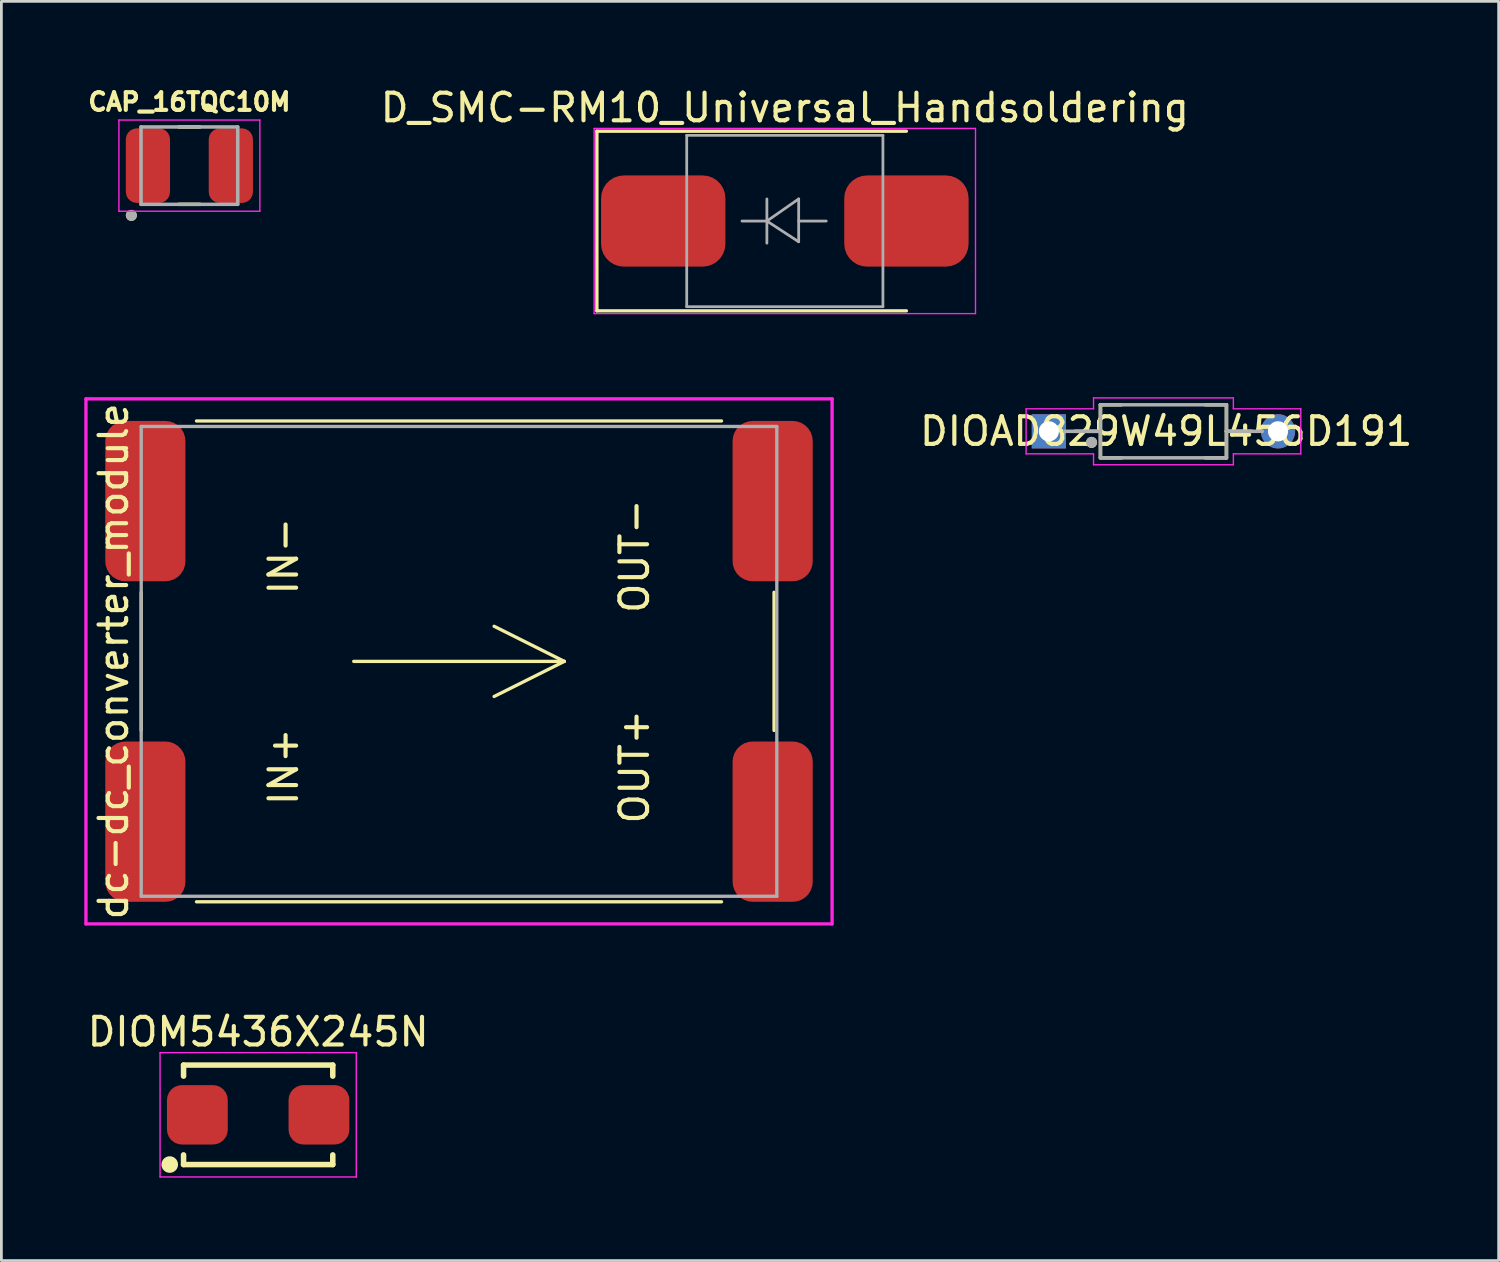
<source format=kicad_pcb>
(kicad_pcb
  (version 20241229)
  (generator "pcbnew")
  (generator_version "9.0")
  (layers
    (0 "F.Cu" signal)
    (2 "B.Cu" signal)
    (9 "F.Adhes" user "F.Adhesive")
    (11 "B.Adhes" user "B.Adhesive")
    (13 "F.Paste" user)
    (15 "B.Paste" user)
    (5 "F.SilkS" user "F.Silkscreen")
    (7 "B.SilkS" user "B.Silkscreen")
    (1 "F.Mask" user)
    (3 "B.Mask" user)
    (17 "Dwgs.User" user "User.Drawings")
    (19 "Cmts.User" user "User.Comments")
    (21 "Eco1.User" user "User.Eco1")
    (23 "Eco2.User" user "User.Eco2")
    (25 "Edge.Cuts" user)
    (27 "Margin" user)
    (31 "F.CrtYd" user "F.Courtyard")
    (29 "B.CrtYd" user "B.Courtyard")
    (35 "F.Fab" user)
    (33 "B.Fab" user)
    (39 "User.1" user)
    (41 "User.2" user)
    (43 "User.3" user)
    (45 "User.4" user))
  (footprint "dc-dc_converter_module"
    (layer "F.Cu")
    (at 13.56 20.883)
    (property "Reference" "dc-dc_converter_module" (at -12.5 0 270) (layer "F.SilkS") (effects (font (size 1 1) (thickness 0.15))))
    (attr through_hole)
    (fp_line (start -11.5 -2.5) (end -11.5 2.5) (stroke (width 0.12) (type solid)) (layer "F.SilkS"))
    (fp_line (start -9.5 -8.7) (end 9.5 -8.7) (stroke (width 0.12) (type solid)) (layer "F.SilkS"))
    (fp_line (start -9.5 8.7) (end 9.5 8.7) (stroke (width 0.12) (type solid)) (layer "F.SilkS"))
    (fp_line (start -3.81 0) (end 3.81 0) (stroke (width 0.12) (type solid)) (layer "F.SilkS"))
    (fp_line (start 3.81 0) (end 1.27 -1.27) (stroke (width 0.12) (type solid)) (layer "F.SilkS"))
    (fp_line (start 3.81 0) (end 1.27 1.27) (stroke (width 0.12) (type solid)) (layer "F.SilkS"))
    (fp_line (start 11.4 -2.5) (end 11.4 2.5) (stroke (width 0.12) (type solid)) (layer "F.SilkS"))
    (fp_line (start -13.5 -9.5) (end -13.5 9.5) (stroke (width 0.12) (type solid)) (layer "F.CrtYd"))
    (fp_line (start -13.5 9.5) (end 13.5 9.5) (stroke (width 0.12) (type solid)) (layer "F.CrtYd"))
    (fp_line (start 13.5 -9.5) (end -13.5 -9.5) (stroke (width 0.12) (type solid)) (layer "F.CrtYd"))
    (fp_line (start 13.5 9.5) (end 13.5 -9.5) (stroke (width 0.12) (type solid)) (layer "F.CrtYd"))
    (fp_line (start -11.5 -8.5) (end 11.5 -8.5) (stroke (width 0.12) (type solid)) (layer "F.Fab"))
    (fp_line (start -11.5 8.5) (end -11.5 -8.5) (stroke (width 0.12) (type solid)) (layer "F.Fab"))
    (fp_line (start 11.5 -8.5) (end 11.5 8.5) (stroke (width 0.12) (type solid)) (layer "F.Fab"))
    (fp_line (start 11.5 8.5) (end -11.5 8.5) (stroke (width 0.12) (type solid)) (layer "F.Fab"))
    (fp_text user "IN-" (at -6.35 -3.81 90) (layer "F.SilkS") (effects (font (size 1 1) (thickness 0.15))))
    (fp_text user "OUT+" (at 6.35 3.81 90) (layer "F.SilkS") (effects (font (size 1 1) (thickness 0.15))))
    (fp_text user "IN+" (at -6.35 3.81 90) (layer "F.SilkS") (effects (font (size 1 1) (thickness 0.15))))
    (fp_text user "OUT-" (at 6.35 -3.81 90) (layer "F.SilkS") (effects (font (size 1 1) (thickness 0.15))))
    (pad "I+" smd roundrect (at -11.35 5.8) (size 2.9 5.8) (layers "F.Cu" "F.Mask" "F.Paste") (roundrect_rratio 0.25))
    (pad "I-" smd roundrect (at -11.35 -5.8) (size 2.9 5.8) (layers "F.Cu" "F.Mask" "F.Paste") (roundrect_rratio 0.25))
    (pad "O+" smd roundrect (at 11.35 5.8) (size 2.9 5.8) (layers "F.Cu" "F.Mask" "F.Paste") (roundrect_rratio 0.25))
    (pad "O-" smd roundrect (at 11.35 -5.8) (size 2.9 5.8) (layers "F.Cu" "F.Mask" "F.Paste") (roundrect_rratio 0.25)))
  (footprint "D_SMC-RM10_Universal_Handsoldering"
    (layer "F.Cu")
    (at 25.35 4.948)
    (property "Reference" "D_SMC-RM10_Universal_Handsoldering" (at 0 -4.1 0) (layer "F.SilkS") (effects (font (size 1 1) (thickness 0.15))))
    (attr through_hole)
    (fp_line (start -6.8 -3.25) (end 4.4 -3.25) (stroke (width 0.12) (type solid)) (layer "F.SilkS"))
    (fp_line (start -6.8 3.25) (end -6.8 -3.25) (stroke (width 0.12) (type solid)) (layer "F.SilkS"))
    (fp_line (start -6.8 3.25) (end 4.4 3.25) (stroke (width 0.12) (type solid)) (layer "F.SilkS"))
    (fp_line (start -6.9 -3.35) (end 6.9 -3.35) (stroke (width 0.05) (type solid)) (layer "F.CrtYd"))
    (fp_line (start -6.9 3.35) (end -6.9 -3.35) (stroke (width 0.05) (type solid)) (layer "F.CrtYd"))
    (fp_line (start 6.9 -3.35) (end 6.9 3.35) (stroke (width 0.05) (type solid)) (layer "F.CrtYd"))
    (fp_line (start 6.9 3.35) (end -6.9 3.35) (stroke (width 0.05) (type solid)) (layer "F.CrtYd"))
    (fp_line (start -3.55 3.1) (end -3.55 -3.1) (stroke (width 0.1) (type solid)) (layer "F.Fab"))
    (fp_line (start -0.649 -0.799) (end -0.649 0.801) (stroke (width 0.1) (type solid)) (layer "F.Fab"))
    (fp_line (start -0.649 0.001) (end -1.551 0.001) (stroke (width 0.1) (type solid)) (layer "F.Fab"))
    (fp_line (start -0.649 0.001) (end 0.501 -0.799) (stroke (width 0.1) (type solid)) (layer "F.Fab"))
    (fp_line (start -0.649 0.001) (end 0.501 0.75) (stroke (width 0.1) (type solid)) (layer "F.Fab"))
    (fp_line (start 0.501 0.001) (end 1.499 0.001) (stroke (width 0.1) (type solid)) (layer "F.Fab"))
    (fp_line (start 0.501 0.75) (end 0.501 -0.799) (stroke (width 0.1) (type solid)) (layer "F.Fab"))
    (fp_line (start 3.55 -3.1) (end -3.55 -3.1) (stroke (width 0.1) (type solid)) (layer "F.Fab"))
    (fp_line (start 3.55 -3.1) (end 3.55 3.1) (stroke (width 0.1) (type solid)) (layer "F.Fab"))
    (fp_line (start 3.55 3.1) (end -3.55 3.1) (stroke (width 0.1) (type solid)) (layer "F.Fab"))
    (pad "A" smd roundrect (at 5 0 180) (size 4.5 3.3) (drill (offset 0.6 0)) (layers "F.Cu" "F.Mask" "F.Paste") (roundrect_rratio 0.25))
    (pad "C" smd roundrect (at -5 0) (size 4.5 3.3) (drill (offset 0.6 0)) (layers "F.Cu" "F.Mask" "F.Paste") (roundrect_rratio 0.25)))
  (footprint "DIOAD829W49L456D191"
    (layer "F.Cu")
    (at 39.051 12.558)
    (property "Reference" "DIOAD829W49L456D191" (at 0.1 0 0) (layer "F.SilkS") (effects (font (size 1 1) (thickness 0.15))))
    (attr through_hole)
    (fp_line (start -2.28 -0.96) (end -2.28 0) (stroke (width 0.127) (type solid)) (layer "F.SilkS"))
    (fp_line (start -2.28 -0.96) (end -1.52 -0.96) (stroke (width 0.127) (type solid)) (layer "F.SilkS"))
    (fp_line (start -2.28 0) (end -3.2 0) (stroke (width 0.127) (type solid)) (layer "F.SilkS"))
    (fp_line (start -2.28 0) (end -2.28 0.95) (stroke (width 0.127) (type solid)) (layer "F.SilkS"))
    (fp_line (start -2.28 0.96) (end -1.52 0.96) (stroke (width 0.127) (type solid)) (layer "F.SilkS"))
    (fp_line (start 1.52 -0.96) (end 2.28 -0.96) (stroke (width 0.127) (type solid)) (layer "F.SilkS"))
    (fp_line (start 1.52 0.96) (end 2.28 0.96) (stroke (width 0.127) (type solid)) (layer "F.SilkS"))
    (fp_line (start 2.28 -0.95) (end 2.28 0) (stroke (width 0.127) (type solid)) (layer "F.SilkS"))
    (fp_line (start 2.28 0) (end 2.28 0.96) (stroke (width 0.127) (type solid)) (layer "F.SilkS"))
    (fp_line (start 3.2 0) (end 2.28 0) (stroke (width 0.127) (type solid)) (layer "F.SilkS"))
    (fp_circle (center -2.6 0.4) (end -2.5 0.4) (stroke (width 0.2) (type solid)) (fill no) (layer "F.SilkS"))
    (fp_line (start -4.97 -0.815) (end -4.97 0.815) (stroke (width 0.05) (type solid)) (layer "F.CrtYd"))
    (fp_line (start -2.53 -1.21) (end -2.53 -0.815) (stroke (width 0.05) (type solid)) (layer "F.CrtYd"))
    (fp_line (start -2.53 -1.21) (end 2.53 -1.21) (stroke (width 0.05) (type solid)) (layer "F.CrtYd"))
    (fp_line (start -2.53 -0.815) (end -4.97 -0.815) (stroke (width 0.05) (type solid)) (layer "F.CrtYd"))
    (fp_line (start -2.53 0.815) (end -4.97 0.815) (stroke (width 0.05) (type solid)) (layer "F.CrtYd"))
    (fp_line (start -2.53 1.21) (end -2.53 0.815) (stroke (width 0.05) (type solid)) (layer "F.CrtYd"))
    (fp_line (start 2.53 -1.21) (end 2.53 -0.815) (stroke (width 0.05) (type solid)) (layer "F.CrtYd"))
    (fp_line (start 2.53 1.21) (end -2.53 1.21) (stroke (width 0.05) (type solid)) (layer "F.CrtYd"))
    (fp_line (start 2.53 1.21) (end 2.53 0.815) (stroke (width 0.05) (type solid)) (layer "F.CrtYd"))
    (fp_line (start 4.97 -0.815) (end 2.53 -0.815) (stroke (width 0.05) (type solid)) (layer "F.CrtYd"))
    (fp_line (start 4.97 -0.815) (end 4.97 0.815) (stroke (width 0.05) (type solid)) (layer "F.CrtYd"))
    (fp_line (start 4.97 0.815) (end 2.53 0.815) (stroke (width 0.05) (type solid)) (layer "F.CrtYd"))
    (fp_line (start -3.581 0) (end -2.28 0) (stroke (width 0.127) (type solid)) (layer "F.Fab"))
    (fp_line (start -2.28 -0.96) (end -2.28 0) (stroke (width 0.127) (type solid)) (layer "F.Fab"))
    (fp_line (start -2.28 -0.96) (end 2.28 -0.96) (stroke (width 0.127) (type solid)) (layer "F.Fab"))
    (fp_line (start -2.28 0) (end -2.28 0.96) (stroke (width 0.127) (type solid)) (layer "F.Fab"))
    (fp_line (start -2.28 0.96) (end 2.28 0.96) (stroke (width 0.127) (type solid)) (layer "F.Fab"))
    (fp_line (start 2.28 -0.96) (end 2.28 0) (stroke (width 0.127) (type solid)) (layer "F.Fab"))
    (fp_line (start 2.28 0) (end 2.28 0.96) (stroke (width 0.127) (type solid)) (layer "F.Fab"))
    (fp_line (start 2.28 0) (end 3.581 0) (stroke (width 0.127) (type solid)) (layer "F.Fab"))
    (fp_circle (center -2.6 0.4) (end -2.5 0.4) (stroke (width 0.2) (type solid)) (fill no) (layer "F.Fab"))
    (pad "A" thru_hole circle (at 4.146 0) (size 1.238 1.238) (drill 0.73) (layers "*.Cu" "*.Mask"))
    (pad "C" thru_hole rect (at -4.146 0) (size 1.238 1.238) (drill 0.73) (layers "*.Cu" "*.Mask")))
  (footprint "CAP_16TQC10M"
    (layer "F.Cu")
    (at 3.803 2.944)
    (property "Reference" "CAP_16TQC10M" (at 0 -2.306 0) (layer "F.SilkS") (effects (font (size 0.64 0.64) (thickness 0.15))))
    (attr through_hole)
    (fp_line (start -0.38 -1.4) (end 0.38 -1.4) (stroke (width 0.127) (type solid)) (layer "F.SilkS"))
    (fp_line (start -0.38 1.4) (end 0.38 1.4) (stroke (width 0.127) (type solid)) (layer "F.SilkS"))
    (fp_circle (center -2.1 1.8) (end -2 1.8) (stroke (width 0.2) (type solid)) (fill no) (layer "F.SilkS"))
    (fp_line (start -2.55 -1.65) (end -2.55 1.65) (stroke (width 0.05) (type solid)) (layer "F.CrtYd"))
    (fp_line (start -2.55 1.65) (end 2.55 1.65) (stroke (width 0.05) (type solid)) (layer "F.CrtYd"))
    (fp_line (start 2.55 -1.65) (end -2.55 -1.65) (stroke (width 0.05) (type solid)) (layer "F.CrtYd"))
    (fp_line (start 2.55 1.65) (end 2.55 -1.65) (stroke (width 0.05) (type solid)) (layer "F.CrtYd"))
    (fp_line (start -1.75 -1.4) (end -1.75 1.4) (stroke (width 0.127) (type solid)) (layer "F.Fab"))
    (fp_line (start -1.75 -1.4) (end 1.75 -1.4) (stroke (width 0.127) (type solid)) (layer "F.Fab"))
    (fp_line (start -1.75 1.4) (end 1.75 1.4) (stroke (width 0.127) (type solid)) (layer "F.Fab"))
    (fp_line (start 1.75 -1.4) (end 1.75 1.4) (stroke (width 0.127) (type solid)) (layer "F.Fab"))
    (fp_circle (center -2.1 1.8) (end -2 1.8) (stroke (width 0.2) (type solid)) (fill no) (layer "F.Fab"))
    (pad "1" smd roundrect (at -1.5 0) (size 1.6 2.7) (layers "F.Cu" "F.Mask" "F.Paste") (roundrect_rratio 0.25))
    (pad "2" smd roundrect (at 1.5 0) (size 1.6 2.7) (layers "F.Cu" "F.Mask" "F.Paste") (roundrect_rratio 0.25)))
  (footprint "DIOM5436X245N"
    (layer "F.Cu")
    (at 6.292 37.291)
    (property "Reference" "DIOM5436X245N" (at 0 -3 0) (layer "F.SilkS") (effects (font (size 1 1) (thickness 0.15))))
    (attr through_hole)
    (fp_line (start -2.7 -1.8) (end -2.7 -1.4) (stroke (width 0.2) (type solid)) (layer "F.SilkS"))
    (fp_line (start -2.7 -1.8) (end 2.7 -1.8) (stroke (width 0.2) (type solid)) (layer "F.SilkS"))
    (fp_line (start -2.7 1.8) (end -2.7 1.45) (stroke (width 0.2) (type solid)) (layer "F.SilkS"))
    (fp_line (start -2.7 1.8) (end 2.7 1.8) (stroke (width 0.2) (type solid)) (layer "F.SilkS"))
    (fp_line (start 2.7 -1.8) (end 2.7 -1.4) (stroke (width 0.2) (type solid)) (layer "F.SilkS"))
    (fp_line (start 2.7 1.8) (end 2.7 1.45) (stroke (width 0.2) (type solid)) (layer "F.SilkS"))
    (fp_circle (center -3.2 1.8) (end -3.05 1.8) (stroke (width 0.3) (type solid)) (fill no) (layer "F.SilkS"))
    (fp_line (start -3.55 -2.25) (end 3.55 -2.25) (stroke (width 0.05) (type solid)) (layer "F.CrtYd"))
    (fp_line (start -3.55 2.25) (end -3.55 -2.25) (stroke (width 0.05) (type solid)) (layer "F.CrtYd"))
    (fp_line (start 3.55 -2.25) (end 3.55 2.25) (stroke (width 0.05) (type solid)) (layer "F.CrtYd"))
    (fp_line (start 3.55 2.25) (end -3.55 2.25) (stroke (width 0.05) (type solid)) (layer "F.CrtYd"))
    (pad "A" smd roundrect (at 2.2 0) (size 2.2 2.15) (layers "F.Cu" "F.Mask" "F.Paste") (roundrect_rratio 0.25))
    (pad "C" smd roundrect (at -2.2 0) (size 2.2 2.15) (layers "F.Cu" "F.Mask" "F.Paste") (roundrect_rratio 0.25)))
  (gr_rect
    (start -3 -3)
    (end 51.181 42.566)
    (stroke (width 0.1) (type default))
    (fill no)
    (layer "Edge.Cuts")))
</source>
